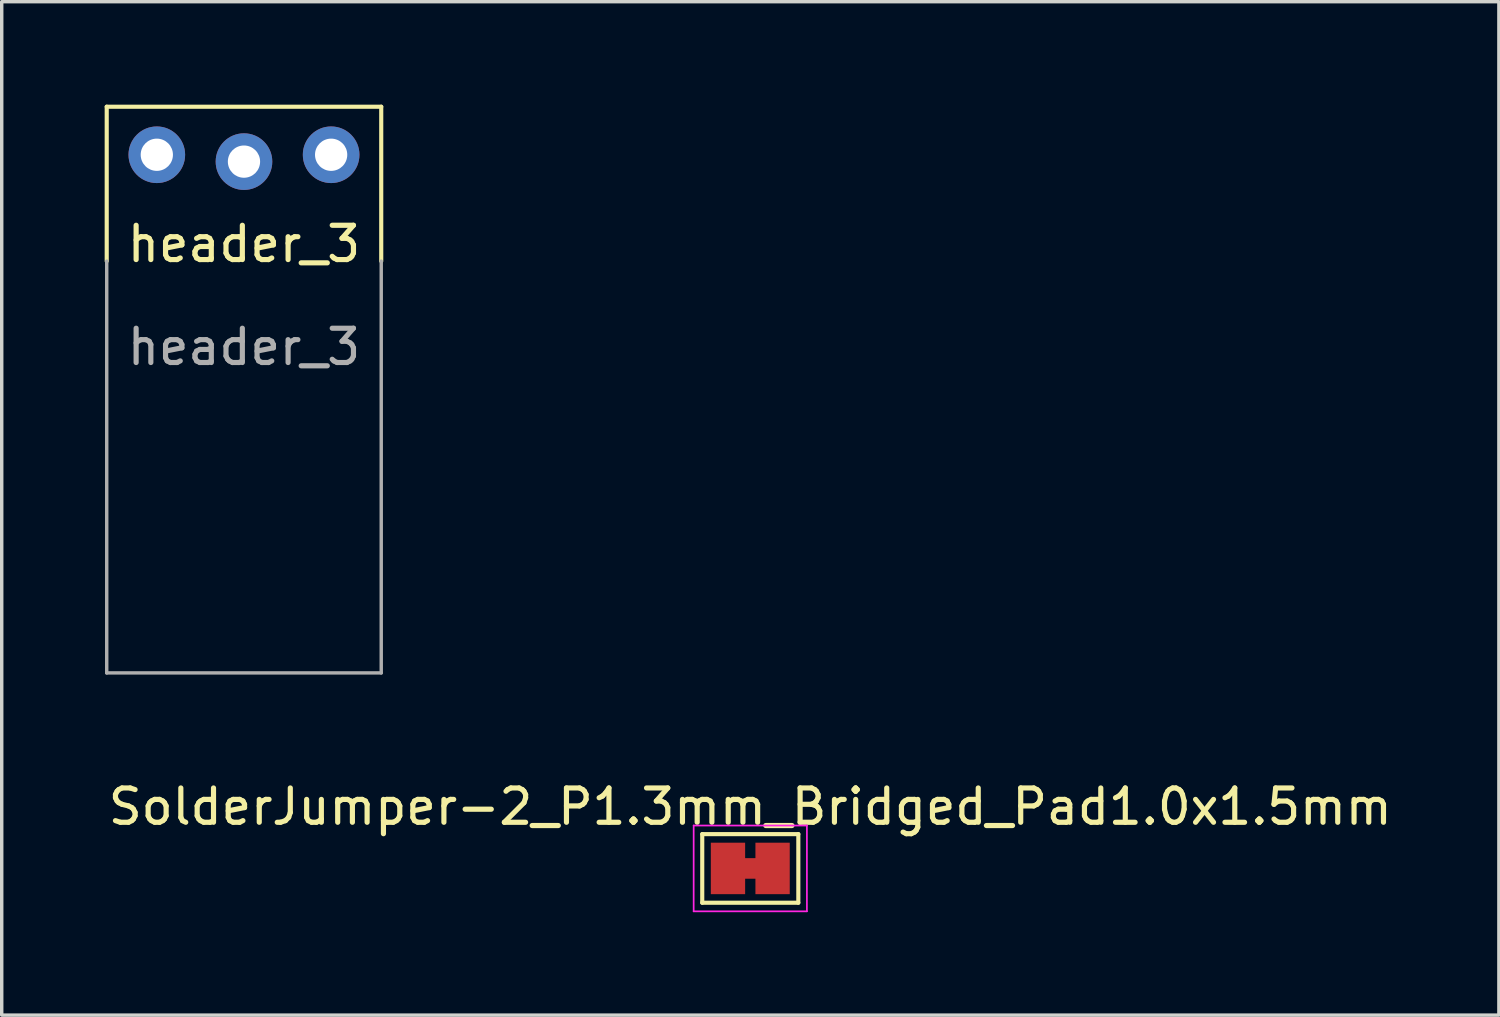
<source format=kicad_pcb>
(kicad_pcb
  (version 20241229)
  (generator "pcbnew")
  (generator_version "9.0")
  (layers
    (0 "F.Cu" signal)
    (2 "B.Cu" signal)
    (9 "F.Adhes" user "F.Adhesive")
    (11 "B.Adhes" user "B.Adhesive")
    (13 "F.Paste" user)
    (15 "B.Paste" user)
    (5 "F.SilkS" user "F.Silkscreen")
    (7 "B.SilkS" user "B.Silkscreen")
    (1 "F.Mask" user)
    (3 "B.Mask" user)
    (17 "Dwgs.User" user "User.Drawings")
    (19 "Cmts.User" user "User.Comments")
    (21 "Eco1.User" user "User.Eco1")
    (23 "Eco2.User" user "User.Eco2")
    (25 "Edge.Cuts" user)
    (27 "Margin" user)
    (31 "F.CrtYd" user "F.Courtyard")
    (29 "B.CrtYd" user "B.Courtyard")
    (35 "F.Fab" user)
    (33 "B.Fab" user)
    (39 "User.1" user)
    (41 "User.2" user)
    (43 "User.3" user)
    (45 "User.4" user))
  (footprint "header_3"
    (layer "F.Cu")
    (at 4.06 4.56)
    (property "Reference" "header_3" (at 0 -0.5 0) (unlocked yes) (layer "F.SilkS") (effects (font (size 1 1) (thickness 0.15))))
    (attr through_hole)
    (fp_line (start -4 -4.5) (end 4 -4.5) (stroke (width 0.12) (type solid)) (layer "F.SilkS"))
    (fp_line (start -4 0) (end -4 -4.5) (stroke (width 0.12) (type solid)) (layer "F.SilkS"))
    (fp_line (start 4 -4.5) (end 4 0) (stroke (width 0.12) (type solid)) (layer "F.SilkS"))
    (fp_line (start -4 0) (end -4 12) (stroke (width 0.1) (type solid)) (layer "F.Fab"))
    (fp_line (start -4 12) (end 4 12) (stroke (width 0.1) (type solid)) (layer "F.Fab"))
    (fp_line (start 4 12) (end 4 0) (stroke (width 0.1) (type solid)) (layer "F.Fab"))
    (fp_text user "${REFERENCE}" (at 0 2.5 0) (unlocked yes) (layer "F.Fab") (effects (font (size 1 1) (thickness 0.15))))
    (pad "1" thru_hole circle (at -2.54 -3.1) (size 1.65 1.65) (drill 0.94) (layers "*.Cu" "*.Mask"))
    (pad "2" thru_hole circle (at 0 -2.9) (size 1.65 1.65) (drill 0.94) (layers "*.Cu" "*.Mask"))
    (pad "3" thru_hole circle (at 2.54 -3.1) (size 1.65 1.65) (drill 0.94) (layers "*.Cu" "*.Mask")))
  (footprint "SolderJumper-2_P1.3mm_Bridged_Pad1.0x1.5mm"
    (layer "F.Cu")
    (at 18.815 22.258)
    (property "Reference" "SolderJumper-2_P1.3mm_Bridged_Pad1.0x1.5mm" (at 0 -1.8 0) (layer "F.SilkS") (effects (font (size 1 1) (thickness 0.15))))
    (attr exclude_from_pos_files)
    (fp_poly (pts (xy -0.25 -0.3) (xy 0.25 -0.3) (xy 0.25 0.3) (xy -0.25 0.3)) (stroke (width 0) (type solid)) (fill yes) (layer "F.Cu"))
    (fp_poly (pts (xy -0.25 -0.3) (xy 0.25 -0.3) (xy 0.25 0.3) (xy -0.25 0.3)) (stroke (width 0) (type solid)) (fill yes) (layer "F.Mask"))
    (fp_line (start -1.4 -1) (end 1.4 -1) (stroke (width 0.12) (type solid)) (layer "F.SilkS"))
    (fp_line (start -1.4 1) (end -1.4 -1) (stroke (width 0.12) (type solid)) (layer "F.SilkS"))
    (fp_line (start 1.4 -1) (end 1.4 1) (stroke (width 0.12) (type solid)) (layer "F.SilkS"))
    (fp_line (start 1.4 1) (end -1.4 1) (stroke (width 0.12) (type solid)) (layer "F.SilkS"))
    (fp_line (start -1.65 -1.25) (end -1.65 1.25) (stroke (width 0.05) (type solid)) (layer "F.CrtYd"))
    (fp_line (start -1.65 -1.25) (end 1.65 -1.25) (stroke (width 0.05) (type solid)) (layer "F.CrtYd"))
    (fp_line (start 1.65 1.25) (end -1.65 1.25) (stroke (width 0.05) (type solid)) (layer "F.CrtYd"))
    (fp_line (start 1.65 1.25) (end 1.65 -1.25) (stroke (width 0.05) (type solid)) (layer "F.CrtYd"))
    (pad "1" smd rect (at -0.65 0) (size 1 1.5) (layers "F.Cu" "F.Mask"))
    (pad "2" smd rect (at 0.65 0) (size 1 1.5) (layers "F.Cu" "F.Mask")))
  (gr_rect
    (start -3 -3)
    (end 40.631 26.533)
    (stroke (width 0.1) (type default))
    (fill no)
    (layer "Edge.Cuts")))
</source>
